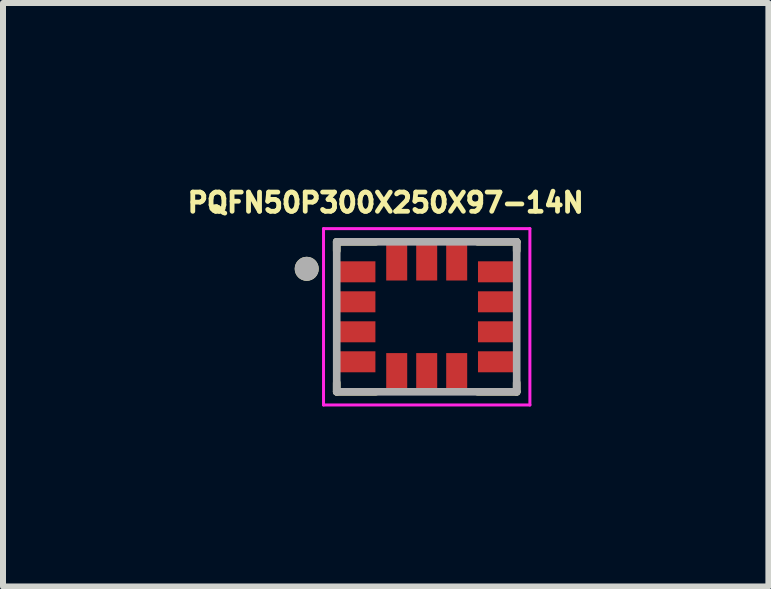
<source format=kicad_pcb>
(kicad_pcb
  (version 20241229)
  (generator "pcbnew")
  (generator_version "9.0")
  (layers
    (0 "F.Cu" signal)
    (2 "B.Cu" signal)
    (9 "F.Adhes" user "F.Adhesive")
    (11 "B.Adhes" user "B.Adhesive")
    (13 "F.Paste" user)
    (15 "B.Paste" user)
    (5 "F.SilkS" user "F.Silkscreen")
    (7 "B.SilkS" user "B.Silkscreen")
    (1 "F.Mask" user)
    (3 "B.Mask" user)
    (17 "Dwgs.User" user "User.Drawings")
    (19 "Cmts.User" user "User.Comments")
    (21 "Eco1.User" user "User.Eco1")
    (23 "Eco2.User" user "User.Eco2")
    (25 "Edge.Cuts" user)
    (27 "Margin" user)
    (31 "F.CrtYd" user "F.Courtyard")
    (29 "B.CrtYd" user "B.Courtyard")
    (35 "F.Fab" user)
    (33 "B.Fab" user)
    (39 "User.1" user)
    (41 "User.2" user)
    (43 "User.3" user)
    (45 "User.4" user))
  (footprint "PQFN50P300X250X97-14N"
    (layer "F.Cu")
    (at 4.063 2.231)
    (property "Reference" "PQFN50P300X250X97-14N" (at -0.684 -1.903 0) (layer "F.SilkS") (effects (font (size 0.32 0.32) (thickness 0.15))))
    (attr through_hole)
    (fp_line (start -1.5 -1.25) (end -0.85 -1.25) (stroke (width 0.127) (type solid)) (layer "F.SilkS"))
    (fp_line (start -1.5 -1.1) (end -1.5 -1.25) (stroke (width 0.127) (type solid)) (layer "F.SilkS"))
    (fp_line (start -1.5 1.1) (end -1.5 1.25) (stroke (width 0.127) (type solid)) (layer "F.SilkS"))
    (fp_line (start -1.5 1.25) (end -0.85 1.25) (stroke (width 0.127) (type solid)) (layer "F.SilkS"))
    (fp_line (start 0.85 -1.25) (end 1.5 -1.25) (stroke (width 0.127) (type solid)) (layer "F.SilkS"))
    (fp_line (start 1.5 -1.25) (end 1.5 -1.1) (stroke (width 0.127) (type solid)) (layer "F.SilkS"))
    (fp_line (start 1.5 1.1) (end 1.5 1.25) (stroke (width 0.127) (type solid)) (layer "F.SilkS"))
    (fp_line (start 1.5 1.25) (end 0.85 1.25) (stroke (width 0.127) (type solid)) (layer "F.SilkS"))
    (fp_circle (center -2 -0.8) (end -1.9 -0.8) (stroke (width 0.2) (type solid)) (fill no) (layer "F.SilkS"))
    (fp_line (start -1.72 -1.47) (end 1.72 -1.47) (stroke (width 0.05) (type solid)) (layer "F.CrtYd"))
    (fp_line (start -1.72 1.47) (end -1.72 -1.47) (stroke (width 0.05) (type solid)) (layer "F.CrtYd"))
    (fp_line (start 1.72 -1.47) (end 1.72 1.47) (stroke (width 0.05) (type solid)) (layer "F.CrtYd"))
    (fp_line (start 1.72 1.47) (end -1.72 1.47) (stroke (width 0.05) (type solid)) (layer "F.CrtYd"))
    (fp_line (start -1.5 -1.25) (end 1.5 -1.25) (stroke (width 0.127) (type solid)) (layer "F.Fab"))
    (fp_line (start -1.5 1.25) (end -1.5 -1.25) (stroke (width 0.127) (type solid)) (layer "F.Fab"))
    (fp_line (start 1.5 -1.25) (end 1.5 1.25) (stroke (width 0.127) (type solid)) (layer "F.Fab"))
    (fp_line (start 1.5 1.25) (end -1.5 1.25) (stroke (width 0.127) (type solid)) (layer "F.Fab"))
    (fp_circle (center -2 -0.8) (end -1.9 -0.8) (stroke (width 0.2) (type solid)) (fill no) (layer "F.Fab"))
    (pad "1" smd rect (at -1.16 -0.75) (size 0.61 0.35) (layers "F.Cu" "F.Mask" "F.Paste"))
    (pad "2" smd rect (at -1.16 -0.25) (size 0.61 0.35) (layers "F.Cu" "F.Mask" "F.Paste"))
    (pad "3" smd rect (at -1.16 0.25) (size 0.61 0.35) (layers "F.Cu" "F.Mask" "F.Paste"))
    (pad "4" smd rect (at -1.16 0.75) (size 0.61 0.35) (layers "F.Cu" "F.Mask" "F.Paste"))
    (pad "5" smd rect (at -0.5 0.91) (size 0.35 0.61) (layers "F.Cu" "F.Mask" "F.Paste"))
    (pad "6" smd rect (at 0 0.91) (size 0.35 0.61) (layers "F.Cu" "F.Mask" "F.Paste"))
    (pad "7" smd rect (at 0.5 0.91) (size 0.35 0.61) (layers "F.Cu" "F.Mask" "F.Paste"))
    (pad "8" smd rect (at 1.16 0.75) (size 0.61 0.35) (layers "F.Cu" "F.Mask" "F.Paste"))
    (pad "9" smd rect (at 1.16 0.25) (size 0.61 0.35) (layers "F.Cu" "F.Mask" "F.Paste"))
    (pad "10" smd rect (at 1.16 -0.25) (size 0.61 0.35) (layers "F.Cu" "F.Mask" "F.Paste"))
    (pad "11" smd rect (at 1.16 -0.75) (size 0.61 0.35) (layers "F.Cu" "F.Mask" "F.Paste"))
    (pad "12" smd rect (at 0.5 -0.91) (size 0.35 0.61) (layers "F.Cu" "F.Mask" "F.Paste"))
    (pad "13" smd rect (at 0 -0.91) (size 0.35 0.61) (layers "F.Cu" "F.Mask" "F.Paste"))
    (pad "14" smd rect (at -0.5 -0.91) (size 0.35 0.61) (layers "F.Cu" "F.Mask" "F.Paste")))
  (gr_rect
    (start -3 -3)
    (end 9.759 6.726)
    (stroke (width 0.1) (type default))
    (fill no)
    (layer "Edge.Cuts")))
</source>
